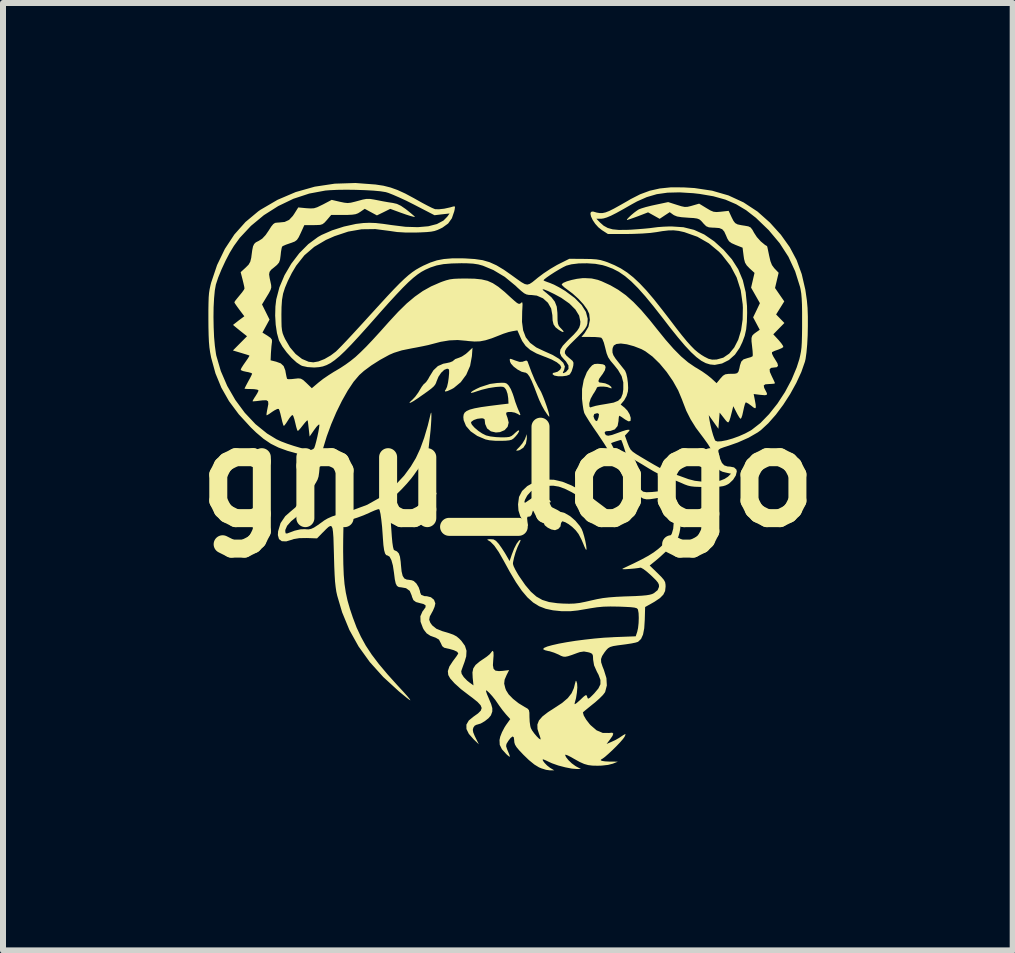
<source format=kicad_pcb>
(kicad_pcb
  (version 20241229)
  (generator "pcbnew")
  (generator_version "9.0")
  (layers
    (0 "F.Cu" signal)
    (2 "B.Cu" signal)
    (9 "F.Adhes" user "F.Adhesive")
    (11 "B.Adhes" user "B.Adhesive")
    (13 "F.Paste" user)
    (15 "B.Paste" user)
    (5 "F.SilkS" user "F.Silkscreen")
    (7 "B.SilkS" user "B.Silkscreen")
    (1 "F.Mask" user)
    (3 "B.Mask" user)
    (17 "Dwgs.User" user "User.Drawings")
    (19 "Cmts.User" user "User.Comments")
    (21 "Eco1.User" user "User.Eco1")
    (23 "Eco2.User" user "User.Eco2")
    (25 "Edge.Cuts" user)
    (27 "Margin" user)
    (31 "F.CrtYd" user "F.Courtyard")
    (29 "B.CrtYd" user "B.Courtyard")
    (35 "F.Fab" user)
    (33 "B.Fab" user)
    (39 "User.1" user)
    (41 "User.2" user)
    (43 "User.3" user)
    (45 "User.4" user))
  (footprint "gnu_logo"
    (layer "F.Cu")
    (at 5.414 4.896)
    (property "Reference" "gnu_logo" (at 0 0 0) (layer "F.SilkS") (effects (font (size 1.524 1.524) (thickness 0.3))))
    (attr board_only exclude_from_pos_files exclude_from_bom)
    (fp_poly (pts (xy -0.526 0.788) (xy -0.413 0.794) (xy -0.503 0.824) (xy -0.567 0.854) (xy -0.616 0.892) (xy -0.626 0.904) (xy -0.662 0.945) (xy -0.687 0.947) (xy -0.699 0.909) (xy -0.7 0.892) (xy -0.689 0.835) (xy -0.654 0.801) (xy -0.589 0.787)) (stroke (width 0) (type solid)) (fill yes) (layer "F.SilkS"))
    (fp_poly (pts (xy 0.316 -0.633) (xy 0.301 -0.551) (xy 0.258 -0.484) (xy 0.195 -0.444) (xy 0.179 -0.439) (xy 0.147 -0.434) (xy 0.14 -0.441) (xy 0.161 -0.465) (xy 0.193 -0.497) (xy 0.243 -0.557) (xy 0.282 -0.622) (xy 0.289 -0.638) (xy 0.315 -0.71)) (stroke (width 0) (type solid)) (fill yes) (layer "F.SilkS"))
    (fp_poly (pts (xy 0.934 0.599) (xy 0.949 0.605) (xy 1.037 0.656) (xy 1.125 0.732) (xy 1.199 0.82) (xy 1.23 0.87) (xy 1.25 0.92) (xy 1.271 0.99) (xy 1.29 1.066) (xy 1.304 1.138) (xy 1.311 1.194) (xy 1.308 1.221) (xy 1.297 1.208) (xy 1.277 1.166) (xy 1.262 1.129) (xy 1.228 1.049) (xy 1.187 0.97) (xy 1.174 0.948) (xy 1.128 0.889) (xy 1.072 0.835) (xy 1.013 0.79) (xy 0.958 0.758) (xy 0.913 0.743) (xy 0.886 0.749) (xy 0.883 0.78) (xy 0.884 0.781) (xy 0.877 0.828) (xy 0.841 0.869) (xy 0.791 0.889) (xy 0.782 0.89) (xy 0.724 0.878) (xy 0.664 0.848) (xy 0.618 0.811) (xy 0.607 0.793) (xy 0.594 0.715) (xy 0.617 0.651) (xy 0.668 0.604) (xy 0.742 0.577) (xy 0.832 0.574)) (stroke (width 0) (type solid)) (fill yes) (layer "F.SilkS"))
    (fp_poly (pts (xy 0.062 -1.961) (xy 0.117 -1.94) (xy 0.128 -1.936) (xy 0.193 -1.915) (xy 0.241 -1.916) (xy 0.267 -1.925) (xy 0.307 -1.938) (xy 0.327 -1.925) (xy 0.332 -1.912) (xy 0.393 -1.747) (xy 0.451 -1.608) (xy 0.504 -1.502) (xy 0.53 -1.458) (xy 0.556 -1.41) (xy 0.586 -1.34) (xy 0.618 -1.258) (xy 0.648 -1.173) (xy 0.673 -1.096) (xy 0.688 -1.036) (xy 0.691 -1.003) (xy 0.69 -1) (xy 0.676 -1.013) (xy 0.647 -1.053) (xy 0.614 -1.102) (xy 0.569 -1.182) (xy 0.523 -1.279) (xy 0.494 -1.352) (xy 0.44 -1.494) (xy 0.396 -1.6) (xy 0.359 -1.673) (xy 0.326 -1.717) (xy 0.296 -1.736) (xy 0.284 -1.737) (xy 0.228 -1.751) (xy 0.162 -1.787) (xy 0.099 -1.834) (xy 0.053 -1.884) (xy 0.037 -1.917) (xy 0.031 -1.952) (xy 0.036 -1.966)) (stroke (width 0) (type solid)) (fill yes) (layer "F.SilkS"))
    (fp_poly (pts (xy -0.599 -2.011) (xy -0.629 -1.848) (xy -0.693 -1.701) (xy -0.785 -1.576) (xy -0.901 -1.48) (xy -0.937 -1.46) (xy -1.005 -1.429) (xy -1.043 -1.42) (xy -1.05 -1.433) (xy -1.034 -1.456) (xy -1.014 -1.498) (xy -0.997 -1.57) (xy -0.986 -1.647) (xy -0.979 -1.726) (xy -0.979 -1.772) (xy -0.986 -1.794) (xy -1.004 -1.8) (xy -1.014 -1.801) (xy -1.06 -1.782) (xy -1.111 -1.734) (xy -1.156 -1.668) (xy -1.187 -1.593) (xy -1.187 -1.593) (xy -1.198 -1.561) (xy -1.213 -1.533) (xy -1.238 -1.503) (xy -1.278 -1.468) (xy -1.339 -1.422) (xy -1.427 -1.36) (xy -1.501 -1.308) (xy -1.569 -1.263) (xy -1.616 -1.237) (xy -1.639 -1.23) (xy -1.634 -1.244) (xy -1.597 -1.28) (xy -1.592 -1.283) (xy -1.544 -1.334) (xy -1.493 -1.404) (xy -1.471 -1.441) (xy -1.435 -1.5) (xy -1.403 -1.542) (xy -1.387 -1.555) (xy -1.362 -1.579) (xy -1.328 -1.628) (xy -1.307 -1.667) (xy -1.24 -1.775) (xy -1.166 -1.845) (xy -1.077 -1.884) (xy -1.029 -1.893) (xy -0.965 -1.907) (xy -0.919 -1.926) (xy -0.907 -1.937) (xy -0.876 -1.962) (xy -0.824 -1.981) (xy -0.821 -1.981) (xy -0.766 -2.004) (xy -0.701 -2.047) (xy -0.671 -2.073) (xy -0.589 -2.15)) (stroke (width 0) (type solid)) (fill yes) (layer "F.SilkS"))
    (fp_poly (pts (xy 0.769 0.05) (xy 0.91 0.083) (xy 1.064 0.146) (xy 1.233 0.239) (xy 1.421 0.366) (xy 1.611 0.509) (xy 1.692 0.57) (xy 1.768 0.623) (xy 1.828 0.66) (xy 1.855 0.673) (xy 1.919 0.696) (xy 1.841 0.697) (xy 1.787 0.691) (xy 1.728 0.668) (xy 1.651 0.622) (xy 1.618 0.6) (xy 1.545 0.552) (xy 1.448 0.489) (xy 1.337 0.42) (xy 1.225 0.351) (xy 1.202 0.337) (xy 1.062 0.256) (xy 0.948 0.199) (xy 0.849 0.164) (xy 0.758 0.149) (xy 0.667 0.151) (xy 0.575 0.166) (xy 0.466 0.197) (xy 0.388 0.241) (xy 0.329 0.305) (xy 0.317 0.324) (xy 0.285 0.385) (xy 0.275 0.423) (xy 0.287 0.433) (xy 0.321 0.411) (xy 0.323 0.409) (xy 0.416 0.346) (xy 0.511 0.318) (xy 0.602 0.328) (xy 0.665 0.362) (xy 0.709 0.402) (xy 0.716 0.424) (xy 0.684 0.427) (xy 0.636 0.416) (xy 0.551 0.41) (xy 0.483 0.443) (xy 0.435 0.512) (xy 0.415 0.573) (xy 0.395 0.634) (xy 0.372 0.661) (xy 0.353 0.664) (xy 0.328 0.667) (xy 0.321 0.69) (xy 0.326 0.743) (xy 0.333 0.795) (xy 0.332 0.824) (xy 0.33 0.826) (xy 0.312 0.811) (xy 0.28 0.773) (xy 0.268 0.757) (xy 0.208 0.661) (xy 0.177 0.563) (xy 0.17 0.459) (xy 0.186 0.336) (xy 0.237 0.237) (xy 0.323 0.156) (xy 0.384 0.121) (xy 0.509 0.07) (xy 0.636 0.046)) (stroke (width 0) (type solid)) (fill yes) (layer "F.SilkS"))
    (fp_poly (pts (xy -0.05 -1.565) (xy -0.019 -1.553) (xy 0.007 -1.528) (xy 0.018 -1.514) (xy 0.05 -1.46) (xy 0.081 -1.384) (xy 0.097 -1.337) (xy 0.123 -1.251) (xy 0.155 -1.164) (xy 0.17 -1.127) (xy 0.199 -1.063) (xy 0.209 -1.031) (xy 0.199 -1.026) (xy 0.17 -1.044) (xy 0.165 -1.047) (xy 0.116 -1.069) (xy 0.055 -1.08) (xy 0.000391 -1.079) (xy -0.027 -1.068) (xy -0.027 -1.042) (xy -0.011 -0.996) (xy -0.006 -0.984) (xy 0.014 -0.903) (xy -0.004 -0.832) (xy -0.054 -0.777) (xy -0.132 -0.744) (xy -0.2 -0.738) (xy -0.283 -0.757) (xy -0.346 -0.806) (xy -0.378 -0.879) (xy -0.382 -0.912) (xy -0.387 -0.957) (xy -0.413 -0.973) (xy -0.444 -0.974) (xy -0.509 -0.966) (xy -0.567 -0.946) (xy -0.606 -0.919) (xy -0.615 -0.901) (xy -0.598 -0.866) (xy -0.555 -0.818) (xy -0.495 -0.767) (xy -0.429 -0.722) (xy -0.367 -0.691) (xy -0.363 -0.689) (xy -0.291 -0.672) (xy -0.198 -0.661) (xy -0.112 -0.657) (xy -0.029 -0.658) (xy 0.024 -0.664) (xy 0.062 -0.68) (xy 0.098 -0.708) (xy 0.119 -0.729) (xy 0.164 -0.767) (xy 0.187 -0.775) (xy 0.187 -0.755) (xy 0.162 -0.713) (xy 0.129 -0.673) (xy 0.096 -0.639) (xy 0.065 -0.618) (xy 0.024 -0.607) (xy -0.038 -0.601) (xy -0.11 -0.599) (xy -0.213 -0.6) (xy -0.306 -0.608) (xy -0.371 -0.622) (xy -0.51 -0.681) (xy -0.62 -0.757) (xy -0.697 -0.846) (xy -0.737 -0.944) (xy -0.742 -0.995) (xy -0.737 -1.035) (xy -0.721 -1.068) (xy -0.687 -1.096) (xy -0.633 -1.12) (xy -0.554 -1.141) (xy -0.445 -1.161) (xy -0.302 -1.181) (xy -0.127 -1.203) (xy 0.011 -1.219) (xy 0.006 -1.311) (xy -0.005 -1.382) (xy -0.026 -1.444) (xy -0.033 -1.456) (xy -0.053 -1.483) (xy -0.077 -1.498) (xy -0.116 -1.502) (xy -0.18 -1.498) (xy -0.218 -1.494) (xy -0.321 -1.478) (xy -0.432 -1.451) (xy -0.505 -1.428) (xy -0.577 -1.404) (xy -0.613 -1.398) (xy -0.615 -1.408) (xy -0.586 -1.431) (xy -0.525 -1.464) (xy -0.461 -1.494) (xy -0.298 -1.547) (xy -0.179 -1.563) (xy -0.099 -1.567)) (stroke (width 0) (type solid)) (fill yes) (layer "F.SilkS"))
    (fp_poly (pts (xy -2.206 -4.871) (xy -2.074 -4.851) (xy -1.955 -4.821) (xy -1.838 -4.779) (xy -1.711 -4.721) (xy -1.564 -4.642) (xy -1.523 -4.619) (xy -1.425 -4.564) (xy -1.336 -4.517) (xy -1.264 -4.481) (xy -1.218 -4.462) (xy -1.212 -4.46) (xy -1.149 -4.458) (xy -1.06 -4.468) (xy -0.96 -4.49) (xy -0.919 -4.502) (xy -0.891 -4.508) (xy -0.881 -4.497) (xy -0.886 -4.458) (xy -0.893 -4.425) (xy -0.933 -4.308) (xy -0.995 -4.221) (xy -1.089 -4.153) (xy -1.119 -4.138) (xy -1.173 -4.113) (xy -1.223 -4.096) (xy -1.28 -4.085) (xy -1.353 -4.078) (xy -1.454 -4.073) (xy -1.515 -4.071) (xy -1.696 -4.07) (xy -1.846 -4.079) (xy -1.969 -4.097) (xy -2.209 -4.128) (xy -2.437 -4.125) (xy -2.661 -4.086) (xy -2.889 -4.01) (xy -3.032 -3.947) (xy -3.227 -3.832) (xy -3.391 -3.691) (xy -3.527 -3.519) (xy -3.6 -3.397) (xy -3.667 -3.263) (xy -3.714 -3.152) (xy -3.746 -3.052) (xy -3.764 -2.948) (xy -3.772 -2.828) (xy -3.774 -2.703) (xy -3.773 -2.588) (xy -3.771 -2.504) (xy -3.764 -2.442) (xy -3.753 -2.392) (xy -3.734 -2.343) (xy -3.712 -2.295) (xy -3.632 -2.158) (xy -3.537 -2.046) (xy -3.431 -1.964) (xy -3.321 -1.917) (xy -3.243 -1.907) (xy -3.157 -1.922) (xy -3.056 -1.962) (xy -2.952 -2.022) (xy -2.866 -2.087) (xy -2.83 -2.122) (xy -2.769 -2.184) (xy -2.688 -2.269) (xy -2.592 -2.372) (xy -2.484 -2.489) (xy -2.369 -2.615) (xy -2.299 -2.692) (xy -2.142 -2.864) (xy -2.011 -3.007) (xy -1.9 -3.125) (xy -1.806 -3.221) (xy -1.726 -3.298) (xy -1.656 -3.36) (xy -1.592 -3.41) (xy -1.532 -3.451) (xy -1.471 -3.486) (xy -1.41 -3.518) (xy -1.293 -3.57) (xy -1.182 -3.607) (xy -1.066 -3.629) (xy -0.932 -3.64) (xy -0.772 -3.641) (xy -0.71 -3.639) (xy -0.553 -3.629) (xy -0.421 -3.61) (xy -0.304 -3.576) (xy -0.189 -3.524) (xy -0.066 -3.45) (xy 0.054 -3.366) (xy 0.155 -3.293) (xy 0.228 -3.242) (xy 0.282 -3.212) (xy 0.324 -3.203) (xy 0.363 -3.214) (xy 0.408 -3.243) (xy 0.465 -3.289) (xy 0.5 -3.318) (xy 0.597 -3.391) (xy 0.709 -3.465) (xy 0.816 -3.528) (xy 0.847 -3.544) (xy 1.025 -3.633) (xy 1.271 -3.631) (xy 1.388 -3.629) (xy 1.475 -3.623) (xy 1.547 -3.611) (xy 1.615 -3.591) (xy 1.659 -3.576) (xy 1.776 -3.527) (xy 1.884 -3.472) (xy 1.988 -3.405) (xy 2.09 -3.324) (xy 2.196 -3.225) (xy 2.31 -3.104) (xy 2.435 -2.957) (xy 2.575 -2.78) (xy 2.687 -2.635) (xy 2.804 -2.481) (xy 2.901 -2.357) (xy 2.982 -2.259) (xy 3.051 -2.182) (xy 3.111 -2.121) (xy 3.168 -2.073) (xy 3.225 -2.032) (xy 3.274 -2.002) (xy 3.345 -1.966) (xy 3.405 -1.952) (xy 3.479 -1.954) (xy 3.591 -1.985) (xy 3.69 -2.053) (xy 3.773 -2.154) (xy 3.84 -2.285) (xy 3.887 -2.442) (xy 3.913 -2.621) (xy 3.917 -2.818) (xy 3.914 -2.875) (xy 3.881 -3.11) (xy 3.813 -3.323) (xy 3.71 -3.517) (xy 3.567 -3.7) (xy 3.518 -3.751) (xy 3.351 -3.89) (xy 3.159 -4) (xy 2.947 -4.075) (xy 2.937 -4.078) (xy 2.847 -4.098) (xy 2.765 -4.107) (xy 2.68 -4.106) (xy 2.576 -4.094) (xy 2.481 -4.078) (xy 2.376 -4.064) (xy 2.243 -4.054) (xy 2.094 -4.048) (xy 1.984 -4.046) (xy 1.668 -4.046) (xy 1.567 -4.111) (xy 1.508 -4.158) (xy 1.456 -4.216) (xy 1.415 -4.277) (xy 1.387 -4.336) (xy 1.376 -4.384) (xy 1.385 -4.414) (xy 1.416 -4.421) (xy 1.426 -4.419) (xy 1.482 -4.403) (xy 1.53 -4.395) (xy 1.577 -4.395) (xy 1.628 -4.406) (xy 1.69 -4.43) (xy 1.768 -4.469) (xy 1.869 -4.525) (xy 1.999 -4.599) (xy 2.046 -4.627) (xy 2.205 -4.708) (xy 2.364 -4.767) (xy 2.532 -4.805) (xy 2.718 -4.824) (xy 2.928 -4.823) (xy 3.11 -4.812) (xy 3.404 -4.768) (xy 3.677 -4.689) (xy 3.928 -4.573) (xy 4.161 -4.42) (xy 4.367 -4.237) (xy 4.551 -4.033) (xy 4.698 -3.827) (xy 4.813 -3.611) (xy 4.898 -3.377) (xy 4.958 -3.118) (xy 4.984 -2.938) (xy 4.995 -2.814) (xy 5 -2.67) (xy 5 -2.513) (xy 4.997 -2.355) (xy 4.989 -2.204) (xy 4.977 -2.071) (xy 4.962 -1.964) (xy 4.951 -1.917) (xy 4.891 -1.745) (xy 4.807 -1.563) (xy 4.705 -1.378) (xy 4.59 -1.2) (xy 4.467 -1.035) (xy 4.341 -0.892) (xy 4.218 -0.778) (xy 4.166 -0.74) (xy 4.014 -0.652) (xy 3.834 -0.572) (xy 3.684 -0.519) (xy 3.597 -0.491) (xy 3.543 -0.471) (xy 3.516 -0.453) (xy 3.507 -0.434) (xy 3.511 -0.407) (xy 3.511 -0.405) (xy 3.538 -0.3) (xy 3.568 -0.231) (xy 3.607 -0.19) (xy 3.66 -0.172) (xy 3.705 -0.169) (xy 3.77 -0.156) (xy 3.809 -0.12) (xy 3.816 -0.089) (xy 3.799 -0.021) (xy 3.754 0.05) (xy 3.692 0.109) (xy 3.67 0.124) (xy 3.631 0.143) (xy 3.589 0.156) (xy 3.535 0.164) (xy 3.461 0.168) (xy 3.356 0.169) (xy 3.313 0.169) (xy 3.198 0.169) (xy 3.114 0.166) (xy 3.052 0.159) (xy 3 0.147) (xy 2.947 0.128) (xy 2.9 0.107) (xy 2.813 0.07) (xy 2.724 0.038) (xy 2.663 0.019) (xy 2.607 -0.001) (xy 2.526 -0.04) (xy 2.43 -0.091) (xy 2.332 -0.149) (xy 2.329 -0.151) (xy 2.241 -0.205) (xy 2.167 -0.249) (xy 2.113 -0.279) (xy 2.087 -0.291) (xy 2.086 -0.291) (xy 2.087 -0.268) (xy 2.098 -0.218) (xy 2.11 -0.168) (xy 2.128 -0.093) (xy 2.139 -0.024) (xy 2.141 0.005) (xy 2.152 0.079) (xy 2.18 0.154) (xy 2.217 0.216) (xy 2.254 0.248) (xy 2.31 0.258) (xy 2.402 0.254) (xy 2.462 0.248) (xy 2.547 0.238) (xy 2.603 0.236) (xy 2.644 0.244) (xy 2.684 0.264) (xy 2.701 0.274) (xy 2.764 0.323) (xy 2.808 0.384) (xy 2.84 0.469) (xy 2.86 0.56) (xy 2.878 0.68) (xy 2.882 0.779) (xy 2.871 0.879) (xy 2.86 0.935) (xy 2.843 0.994) (xy 2.819 1.045) (xy 2.778 1.099) (xy 2.715 1.166) (xy 2.695 1.186) (xy 2.62 1.259) (xy 2.542 1.331) (xy 2.475 1.389) (xy 2.459 1.402) (xy 2.364 1.479) (xy 2.497 1.608) (xy 2.561 1.672) (xy 2.6 1.718) (xy 2.621 1.756) (xy 2.628 1.797) (xy 2.629 1.831) (xy 2.621 1.904) (xy 2.591 1.965) (xy 2.535 2.022) (xy 2.446 2.082) (xy 2.411 2.102) (xy 2.288 2.171) (xy 2.282 2.383) (xy 2.273 2.525) (xy 2.253 2.63) (xy 2.22 2.703) (xy 2.173 2.748) (xy 2.166 2.752) (xy 2.128 2.764) (xy 2.06 2.778) (xy 1.974 2.791) (xy 1.938 2.796) (xy 1.83 2.81) (xy 1.756 2.822) (xy 1.705 2.837) (xy 1.67 2.858) (xy 1.64 2.889) (xy 1.61 2.928) (xy 1.571 2.988) (xy 1.553 3.038) (xy 1.555 3.092) (xy 1.578 3.163) (xy 1.601 3.22) (xy 1.643 3.356) (xy 1.65 3.478) (xy 1.623 3.582) (xy 1.617 3.595) (xy 1.584 3.638) (xy 1.526 3.696) (xy 1.454 3.76) (xy 1.415 3.791) (xy 1.346 3.847) (xy 1.291 3.892) (xy 1.257 3.921) (xy 1.251 3.929) (xy 1.265 3.979) (xy 1.304 4.046) (xy 1.361 4.12) (xy 1.379 4.14) (xy 1.479 4.226) (xy 1.581 4.269) (xy 1.687 4.27) (xy 1.687 4.27) (xy 1.738 4.265) (xy 1.757 4.28) (xy 1.745 4.317) (xy 1.703 4.378) (xy 1.646 4.453) (xy 1.725 4.419) (xy 1.794 4.387) (xy 1.856 4.351) (xy 1.862 4.347) (xy 1.923 4.306) (xy 1.954 4.289) (xy 1.962 4.295) (xy 1.949 4.325) (xy 1.943 4.337) (xy 1.916 4.374) (xy 1.869 4.428) (xy 1.808 4.492) (xy 1.741 4.558) (xy 1.675 4.619) (xy 1.619 4.668) (xy 1.579 4.698) (xy 1.567 4.703) (xy 1.548 4.719) (xy 1.548 4.724) (xy 1.567 4.735) (xy 1.619 4.743) (xy 1.691 4.747) (xy 1.834 4.748) (xy 1.749 4.782) (xy 1.67 4.802) (xy 1.564 4.814) (xy 1.495 4.816) (xy 1.408 4.814) (xy 1.338 4.805) (xy 1.271 4.786) (xy 1.197 4.753) (xy 1.105 4.702) (xy 1.055 4.673) (xy 1 4.645) (xy 0.964 4.632) (xy 0.954 4.636) (xy 0.97 4.673) (xy 1.01 4.723) (xy 1.065 4.776) (xy 1.124 4.819) (xy 1.142 4.83) (xy 1.219 4.871) (xy 1.156 4.871) (xy 1.066 4.864) (xy 0.955 4.842) (xy 0.84 4.812) (xy 0.738 4.776) (xy 0.691 4.755) (xy 0.633 4.727) (xy 0.593 4.711) (xy 0.581 4.709) (xy 0.584 4.731) (xy 0.612 4.769) (xy 0.654 4.812) (xy 0.701 4.849) (xy 0.707 4.853) (xy 0.774 4.893) (xy 0.7 4.893) (xy 0.637 4.884) (xy 0.56 4.86) (xy 0.519 4.843) (xy 0.442 4.796) (xy 0.35 4.721) (xy 0.26 4.634) (xy 0.189 4.559) (xy 0.144 4.505) (xy 0.119 4.463) (xy 0.108 4.426) (xy 0.106 4.396) (xy 0.099 4.342) (xy 0.079 4.328) (xy 0.045 4.354) (xy 0.006 4.405) (xy -0.023 4.453) (xy -0.029 4.49) (xy -0.014 4.537) (xy -0.008 4.552) (xy 0.022 4.624) (xy 0.034 4.66) (xy 0.026 4.666) (xy -0.002 4.644) (xy -0.027 4.621) (xy -0.099 4.541) (xy -0.135 4.468) (xy -0.139 4.388) (xy -0.127 4.332) (xy -0.098 4.258) (xy -0.055 4.176) (xy -0.03 4.137) (xy 0.04 4.039) (xy -0.032 3.959) (xy -0.09 3.888) (xy -0.147 3.81) (xy -0.162 3.788) (xy -0.208 3.721) (xy -0.26 3.656) (xy -0.309 3.602) (xy -0.347 3.567) (xy -0.363 3.559) (xy -0.363 3.576) (xy -0.348 3.623) (xy -0.32 3.688) (xy -0.317 3.696) (xy -0.278 3.789) (xy -0.259 3.857) (xy -0.259 3.912) (xy -0.278 3.965) (xy -0.284 3.979) (xy -0.323 4.025) (xy -0.384 4.073) (xy -0.451 4.112) (xy -0.509 4.13) (xy -0.517 4.131) (xy -0.552 4.148) (xy -0.575 4.181) (xy -0.584 4.217) (xy -0.577 4.26) (xy -0.551 4.323) (xy -0.54 4.345) (xy -0.483 4.459) (xy -0.569 4.377) (xy -0.65 4.285) (xy -0.69 4.204) (xy -0.691 4.131) (xy -0.651 4.062) (xy -0.574 3.999) (xy -0.497 3.944) (xy -0.451 3.898) (xy -0.436 3.854) (xy -0.454 3.808) (xy -0.505 3.753) (xy -0.591 3.684) (xy -0.641 3.647) (xy -0.782 3.539) (xy -0.889 3.442) (xy -0.962 3.36) (xy -0.993 3.304) (xy -1 3.239) (xy -0.975 3.163) (xy -0.915 3.071) (xy -0.893 3.042) (xy -0.855 2.991) (xy -0.831 2.953) (xy -0.827 2.942) (xy -0.846 2.916) (xy -0.899 2.891) (xy -0.974 2.869) (xy -1.003 2.863) (xy -1.062 2.849) (xy -1.094 2.823) (xy -1.116 2.775) (xy -1.116 2.775) (xy -1.148 2.714) (xy -1.201 2.683) (xy -1.292 2.65) (xy -1.354 2.609) (xy -1.399 2.551) (xy -1.415 2.522) (xy -1.455 2.416) (xy -1.458 2.325) (xy -1.423 2.245) (xy -1.408 2.226) (xy -1.372 2.175) (xy -1.371 2.142) (xy -1.408 2.12) (xy -1.457 2.108) (xy -1.531 2.088) (xy -1.574 2.056) (xy -1.597 2.002) (xy -1.603 1.978) (xy -1.635 1.902) (xy -1.697 1.857) (xy -1.776 1.843) (xy -1.818 1.838) (xy -1.848 1.819) (xy -1.869 1.778) (xy -1.884 1.709) (xy -1.897 1.606) (xy -1.898 1.598) (xy -1.916 1.479) (xy -1.941 1.389) (xy -1.971 1.332) (xy -2.003 1.313) (xy -2.028 1.305) (xy -2.047 1.277) (xy -2.062 1.223) (xy -2.074 1.139) (xy -2.083 1.019) (xy -2.086 0.974) (xy -2.096 0.834) (xy -2.109 0.714) (xy -2.122 0.621) (xy -2.136 0.56) (xy -2.146 0.539) (xy -2.169 0.543) (xy -2.22 0.561) (xy -2.289 0.591) (xy -2.313 0.603) (xy -2.408 0.644) (xy -2.508 0.681) (xy -2.592 0.708) (xy -2.595 0.709) (xy -2.663 0.728) (xy -2.714 0.744) (xy -2.733 0.753) (xy -2.737 0.777) (xy -2.74 0.838) (xy -2.742 0.928) (xy -2.744 1.042) (xy -2.745 1.174) (xy -2.745 1.246) (xy -2.742 1.457) (xy -2.735 1.635) (xy -2.722 1.789) (xy -2.701 1.928) (xy -2.672 2.063) (xy -2.632 2.202) (xy -2.584 2.345) (xy -2.521 2.512) (xy -2.449 2.666) (xy -2.367 2.815) (xy -2.268 2.965) (xy -2.149 3.122) (xy -2.005 3.293) (xy -1.843 3.473) (xy -1.744 3.58) (xy -1.675 3.657) (xy -1.635 3.706) (xy -1.624 3.726) (xy -1.64 3.718) (xy -1.685 3.684) (xy -1.757 3.625) (xy -1.813 3.579) (xy -2.077 3.337) (xy -2.301 3.088) (xy -2.488 2.828) (xy -2.641 2.553) (xy -2.762 2.259) (xy -2.844 1.981) (xy -2.859 1.913) (xy -2.87 1.837) (xy -2.88 1.747) (xy -2.887 1.635) (xy -2.893 1.495) (xy -2.898 1.32) (xy -2.898 1.311) (xy -2.903 1.142) (xy -2.907 1.013) (xy -2.914 0.919) (xy -2.923 0.858) (xy -2.938 0.826) (xy -2.96 0.82) (xy -2.99 0.837) (xy -3.029 0.873) (xy -3.08 0.925) (xy -3.085 0.929) (xy -3.18 1.027) (xy -3.349 1.021) (xy -3.475 1.023) (xy -3.567 1.038) (xy -3.595 1.048) (xy -3.694 1.077) (xy -3.767 1.074) (xy -3.814 1.039) (xy -3.833 0.973) (xy -3.829 0.906) (xy -3.828 0.905) (xy -3.71 0.905) (xy -3.704 0.942) (xy -3.681 0.946) (xy -3.673 0.943) (xy -3.552 0.898) (xy -3.457 0.876) (xy -3.379 0.873) (xy -3.369 0.875) (xy -3.324 0.877) (xy -3.28 0.869) (xy -3.231 0.847) (xy -3.167 0.805) (xy -3.079 0.742) (xy -3.064 0.73) (xy -3.004 0.695) (xy -2.928 0.661) (xy -2.894 0.65) (xy -2.824 0.629) (xy -2.73 0.601) (xy -2.629 0.571) (xy -2.597 0.561) (xy -2.344 0.467) (xy -2.118 0.34) (xy -1.914 0.18) (xy -1.73 -0.018) (xy -1.717 -0.035) (xy -1.618 -0.17) (xy -1.533 -0.312) (xy -1.46 -0.469) (xy -1.395 -0.648) (xy -1.334 -0.855) (xy -1.287 -1.049) (xy -1.279 -1.071) (xy -1.275 -1.057) (xy -1.274 -1.014) (xy -1.276 -0.948) (xy -1.281 -0.867) (xy -1.288 -0.775) (xy -1.298 -0.68) (xy -1.306 -0.611) (xy -1.326 -0.427) (xy -1.332 -0.273) (xy -1.323 -0.141) (xy -1.299 -0.019) (xy -1.259 0.101) (xy -1.254 0.113) (xy -1.224 0.19) (xy -1.2 0.251) (xy -1.188 0.286) (xy -1.187 0.29) (xy -1.196 0.292) (xy -1.22 0.264) (xy -1.253 0.213) (xy -1.293 0.147) (xy -1.334 0.073) (xy -1.372 -0.001) (xy -1.403 -0.068) (xy -1.416 -0.103) (xy -1.437 -0.148) (xy -1.455 -0.169) (xy -1.457 -0.169) (xy -1.476 -0.152) (xy -1.51 -0.109) (xy -1.554 -0.047) (xy -1.558 -0.04) (xy -1.612 0.031) (xy -1.685 0.117) (xy -1.766 0.204) (xy -1.81 0.248) (xy -1.977 0.408) (xy -1.963 0.59) (xy -1.955 0.697) (xy -1.946 0.824) (xy -1.937 0.95) (xy -1.934 0.994) (xy -1.925 1.094) (xy -1.914 1.169) (xy -1.902 1.214) (xy -1.895 1.222) (xy -1.848 1.244) (xy -1.817 1.278) (xy -1.798 1.332) (xy -1.786 1.416) (xy -1.782 1.466) (xy -1.771 1.577) (xy -1.753 1.652) (xy -1.725 1.695) (xy -1.684 1.714) (xy -1.66 1.716) (xy -1.601 1.725) (xy -1.568 1.738) (xy -1.524 1.779) (xy -1.486 1.842) (xy -1.464 1.907) (xy -1.463 1.924) (xy -1.445 1.967) (xy -1.39 1.989) (xy -1.349 1.991) (xy -1.282 2.008) (xy -1.231 2.05) (xy -1.209 2.108) (xy -1.209 2.114) (xy -1.221 2.167) (xy -1.249 2.233) (xy -1.262 2.256) (xy -1.301 2.328) (xy -1.311 2.383) (xy -1.292 2.433) (xy -1.26 2.477) (xy -1.191 2.533) (xy -1.09 2.574) (xy -1.085 2.575) (xy -0.981 2.606) (xy -0.908 2.632) (xy -0.854 2.661) (xy -0.81 2.698) (xy -0.775 2.734) (xy -0.715 2.817) (xy -0.689 2.899) (xy -0.694 2.993) (xy -0.721 3.084) (xy -0.747 3.155) (xy -0.768 3.214) (xy -0.777 3.242) (xy -0.77 3.284) (xy -0.735 3.339) (xy -0.679 3.397) (xy -0.635 3.432) (xy -0.573 3.477) (xy -0.586 3.349) (xy -0.59 3.261) (xy -0.576 3.193) (xy -0.538 3.136) (xy -0.47 3.079) (xy -0.413 3.04) (xy -0.35 2.997) (xy -0.303 2.958) (xy -0.283 2.934) (xy -0.261 2.906) (xy -0.25 2.902) (xy -0.24 2.922) (xy -0.238 2.98) (xy -0.243 3.047) (xy -0.249 3.141) (xy -0.238 3.2) (xy -0.207 3.231) (xy -0.149 3.239) (xy -0.085 3.235) (xy 0.021 3.222) (xy -0.021 3.305) (xy -0.054 3.382) (xy -0.061 3.448) (xy -0.043 3.522) (xy -0.03 3.557) (xy 0.013 3.626) (xy 0.086 3.701) (xy 0.178 3.774) (xy 0.281 3.837) (xy 0.292 3.843) (xy 0.33 3.865) (xy 0.351 3.89) (xy 0.359 3.932) (xy 0.36 4.002) (xy 0.36 4.003) (xy 0.364 4.083) (xy 0.374 4.155) (xy 0.383 4.188) (xy 0.405 4.229) (xy 0.441 4.279) (xy 0.482 4.327) (xy 0.519 4.364) (xy 0.543 4.378) (xy 0.546 4.377) (xy 0.543 4.354) (xy 0.528 4.307) (xy 0.521 4.29) (xy 0.494 4.204) (xy 0.492 4.13) (xy 0.518 4.062) (xy 0.576 3.995) (xy 0.669 3.923) (xy 0.773 3.856) (xy 0.904 3.77) (xy 0.999 3.689) (xy 1.062 3.608) (xy 1.1 3.523) (xy 1.103 3.512) (xy 1.118 3.451) (xy 1.13 3.408) (xy 1.132 3.4) (xy 1.14 3.403) (xy 1.152 3.438) (xy 1.154 3.446) (xy 1.158 3.51) (xy 1.151 3.597) (xy 1.136 3.69) (xy 1.114 3.773) (xy 1.112 3.781) (xy 1.116 3.791) (xy 1.146 3.772) (xy 1.198 3.726) (xy 1.203 3.722) (xy 1.258 3.669) (xy 1.291 3.643) (xy 1.309 3.64) (xy 1.319 3.656) (xy 1.322 3.669) (xy 1.331 3.692) (xy 1.345 3.697) (xy 1.37 3.68) (xy 1.414 3.637) (xy 1.442 3.608) (xy 1.509 3.528) (xy 1.543 3.458) (xy 1.543 3.386) (xy 1.512 3.301) (xy 1.484 3.249) (xy 1.437 3.143) (xy 1.421 3.047) (xy 1.421 3.041) (xy 1.418 2.982) (xy 1.405 2.951) (xy 1.37 2.933) (xy 1.337 2.924) (xy 1.268 2.912) (xy 1.201 2.922) (xy 1.162 2.935) (xy 1.067 2.97) (xy 1.002 2.991) (xy 0.956 3) (xy 0.921 2.997) (xy 0.885 2.984) (xy 0.847 2.964) (xy 0.772 2.932) (xy 0.696 2.908) (xy 0.672 2.904) (xy 0.62 2.891) (xy 0.59 2.875) (xy 0.588 2.871) (xy 0.604 2.852) (xy 0.657 2.829) (xy 0.741 2.806) (xy 0.851 2.781) (xy 0.982 2.757) (xy 1.128 2.734) (xy 1.284 2.714) (xy 1.444 2.696) (xy 1.602 2.682) (xy 1.754 2.674) (xy 1.76 2.673) (xy 2.131 2.659) (xy 2.156 2.584) (xy 2.17 2.521) (xy 2.179 2.439) (xy 2.182 2.352) (xy 2.179 2.273) (xy 2.169 2.217) (xy 2.163 2.204) (xy 2.146 2.19) (xy 2.108 2.18) (xy 2.045 2.173) (xy 1.949 2.168) (xy 1.85 2.164) (xy 1.708 2.162) (xy 1.593 2.165) (xy 1.487 2.175) (xy 1.376 2.192) (xy 1.314 2.203) (xy 1.165 2.228) (xy 1.04 2.241) (xy 0.922 2.241) (xy 0.891 2.24) (xy 0.753 2.226) (xy 0.631 2.2) (xy 0.522 2.158) (xy 0.422 2.096) (xy 0.327 2.011) (xy 0.233 1.9) (xy 0.136 1.759) (xy 0.032 1.584) (xy -0.07 1.398) (xy -0.152 1.254) (xy -0.225 1.149) (xy -0.29 1.082) (xy -0.339 1.053) (xy -0.342 1.045) (xy -0.31 1.04) (xy -0.293 1.04) (xy -0.239 1.044) (xy -0.198 1.068) (xy -0.153 1.117) (xy -0.105 1.184) (xy -0.053 1.264) (xy -0.031 1.301) (xy 0.029 1.405) (xy 0.066 1.296) (xy 0.105 1.196) (xy 0.146 1.116) (xy 0.185 1.064) (xy 0.204 1.051) (xy 0.213 1.059) (xy 0.198 1.095) (xy 0.191 1.108) (xy 0.16 1.175) (xy 0.128 1.261) (xy 0.103 1.349) (xy 0.087 1.424) (xy 0.085 1.452) (xy 0.096 1.49) (xy 0.126 1.552) (xy 0.169 1.627) (xy 0.19 1.66) (xy 0.291 1.806) (xy 0.384 1.916) (xy 0.476 1.997) (xy 0.575 2.053) (xy 0.688 2.088) (xy 0.823 2.107) (xy 0.912 2.113) (xy 1.02 2.116) (xy 1.109 2.113) (xy 1.196 2.103) (xy 1.295 2.083) (xy 1.378 2.064) (xy 1.485 2.04) (xy 1.584 2.022) (xy 1.688 2.01) (xy 1.807 2.001) (xy 1.954 1.994) (xy 1.993 1.993) (xy 2.131 1.988) (xy 2.234 1.982) (xy 2.309 1.975) (xy 2.363 1.966) (xy 2.403 1.955) (xy 2.436 1.939) (xy 2.438 1.937) (xy 2.496 1.89) (xy 2.519 1.835) (xy 2.519 1.834) (xy 2.518 1.8) (xy 2.503 1.766) (xy 2.468 1.723) (xy 2.407 1.663) (xy 2.382 1.639) (xy 2.316 1.581) (xy 2.259 1.538) (xy 2.219 1.516) (xy 2.209 1.515) (xy 2.174 1.521) (xy 2.111 1.529) (xy 2.032 1.536) (xy 2.028 1.536) (xy 1.953 1.541) (xy 1.915 1.541) (xy 1.909 1.534) (xy 1.929 1.523) (xy 2.099 1.443) (xy 2.235 1.375) (xy 2.343 1.316) (xy 2.43 1.261) (xy 2.502 1.207) (xy 2.539 1.175) (xy 2.631 1.088) (xy 2.694 1.015) (xy 2.734 0.944) (xy 2.756 0.865) (xy 2.764 0.767) (xy 2.765 0.7) (xy 2.764 0.594) (xy 2.758 0.521) (xy 2.746 0.471) (xy 2.73 0.439) (xy 2.685 0.384) (xy 2.635 0.354) (xy 2.569 0.346) (xy 2.475 0.357) (xy 2.457 0.361) (xy 2.371 0.374) (xy 2.311 0.376) (xy 2.264 0.366) (xy 2.25 0.361) (xy 2.165 0.307) (xy 2.073 0.213) (xy 1.976 0.081) (xy 1.876 -0.086) (xy 1.837 -0.159) (xy 1.77 -0.281) (xy 1.688 -0.421) (xy 1.601 -0.56) (xy 1.721 -0.56) (xy 1.729 -0.541) (xy 1.754 -0.494) (xy 1.792 -0.425) (xy 1.839 -0.344) (xy 1.89 -0.257) (xy 1.941 -0.171) (xy 1.986 -0.096) (xy 2.022 -0.038) (xy 2.045 -0.005) (xy 2.05 0) (xy 2.052 -0.018) (xy 2.048 -0.064) (xy 2.045 -0.079) (xy 2.033 -0.142) (xy 2.012 -0.224) (xy 1.988 -0.315) (xy 1.961 -0.408) (xy 1.934 -0.494) (xy 1.911 -0.562) (xy 1.894 -0.605) (xy 1.887 -0.614) (xy 1.86 -0.608) (xy 1.811 -0.593) (xy 1.76 -0.576) (xy 1.726 -0.563) (xy 1.721 -0.56) (xy 1.601 -0.56) (xy 1.598 -0.564) (xy 1.512 -0.693) (xy 1.495 -0.719) (xy 1.478 -0.743) (xy 1.615 -0.743) (xy 1.615 -0.726) (xy 1.633 -0.694) (xy 1.672 -0.684) (xy 1.737 -0.697) (xy 1.829 -0.73) (xy 1.903 -0.757) (xy 1.967 -0.777) (xy 2.004 -0.784) (xy 2.028 -0.781) (xy 2.024 -0.766) (xy 1.997 -0.735) (xy 1.951 -0.686) (xy 1.996 -0.56) (xy 2.021 -0.498) (xy 2.046 -0.453) (xy 2.082 -0.417) (xy 2.138 -0.378) (xy 2.202 -0.339) (xy 2.335 -0.26) (xy 2.44 -0.199) (xy 2.522 -0.153) (xy 2.59 -0.118) (xy 2.649 -0.091) (xy 2.708 -0.068) (xy 2.746 -0.055) (xy 2.841 -0.022) (xy 2.94 0.014) (xy 3.011 0.04) (xy 3.116 0.067) (xy 3.244 0.082) (xy 3.377 0.084) (xy 3.497 0.073) (xy 3.547 0.062) (xy 3.613 0.035) (xy 3.669 -0.001) (xy 3.674 -0.006) (xy 3.719 -0.051) (xy 3.636 -0.069) (xy 3.576 -0.084) (xy 3.531 -0.107) (xy 3.497 -0.143) (xy 3.469 -0.201) (xy 3.441 -0.287) (xy 3.414 -0.393) (xy 3.388 -0.456) (xy 3.336 -0.542) (xy 3.264 -0.643) (xy 3.245 -0.668) (xy 3.132 -0.819) (xy 3.045 -0.959) (xy 2.974 -1.1) (xy 2.913 -1.258) (xy 2.904 -1.283) (xy 2.839 -1.439) (xy 2.751 -1.596) (xy 2.646 -1.748) (xy 2.53 -1.887) (xy 2.41 -2.004) (xy 2.291 -2.092) (xy 2.227 -2.127) (xy 2.101 -2.176) (xy 1.983 -2.208) (xy 1.883 -2.221) (xy 1.81 -2.213) (xy 1.808 -2.212) (xy 1.766 -2.188) (xy 1.747 -2.146) (xy 1.743 -2.116) (xy 1.744 -2.07) (xy 1.759 -2.025) (xy 1.794 -1.97) (xy 1.837 -1.915) (xy 1.887 -1.852) (xy 1.929 -1.799) (xy 1.953 -1.769) (xy 1.954 -1.767) (xy 1.973 -1.721) (xy 1.99 -1.648) (xy 2.001 -1.563) (xy 2.005 -1.48) (xy 2.001 -1.423) (xy 1.979 -1.347) (xy 1.941 -1.277) (xy 1.934 -1.268) (xy 1.88 -1.204) (xy 1.945 -1.152) (xy 1.993 -1.102) (xy 2.029 -1.042) (xy 2.048 -0.982) (xy 2.046 -0.937) (xy 2.039 -0.928) (xy 2.009 -0.924) (xy 1.957 -0.953) (xy 1.945 -0.961) (xy 1.897 -0.995) (xy 1.864 -1.015) (xy 1.858 -1.017) (xy 1.85 -0.998) (xy 1.845 -0.951) (xy 1.845 -0.932) (xy 1.829 -0.846) (xy 1.783 -0.79) (xy 1.71 -0.764) (xy 1.684 -0.763) (xy 1.633 -0.758) (xy 1.615 -0.743) (xy 1.478 -0.743) (xy 1.425 -0.82) (xy 1.363 -0.913) (xy 1.314 -0.992) (xy 1.304 -1.008) (xy 1.427 -1.008) (xy 1.443 -0.961) (xy 1.469 -0.928) (xy 1.49 -0.934) (xy 1.509 -0.982) (xy 1.514 -1.001) (xy 1.519 -1.043) (xy 1.501 -1.058) (xy 1.486 -1.059) (xy 1.44 -1.046) (xy 1.427 -1.008) (xy 1.304 -1.008) (xy 1.281 -1.048) (xy 1.272 -1.068) (xy 1.259 -1.122) (xy 1.247 -1.201) (xy 1.237 -1.29) (xy 1.236 -1.298) (xy 1.237 -1.463) (xy 1.265 -1.615) (xy 1.317 -1.744) (xy 1.361 -1.809) (xy 1.404 -1.857) (xy 1.443 -1.879) (xy 1.495 -1.883) (xy 1.524 -1.881) (xy 1.585 -1.874) (xy 1.616 -1.859) (xy 1.628 -1.831) (xy 1.629 -1.827) (xy 1.618 -1.776) (xy 1.579 -1.711) (xy 1.57 -1.7) (xy 1.523 -1.635) (xy 1.508 -1.593) (xy 1.527 -1.571) (xy 1.557 -1.568) (xy 1.623 -1.557) (xy 1.684 -1.531) (xy 1.723 -1.498) (xy 1.726 -1.49) (xy 1.728 -1.472) (xy 1.702 -1.48) (xy 1.697 -1.482) (xy 1.655 -1.496) (xy 1.597 -1.503) (xy 1.54 -1.503) (xy 1.498 -1.497) (xy 1.484 -1.486) (xy 1.473 -1.46) (xy 1.445 -1.411) (xy 1.421 -1.375) (xy 1.379 -1.299) (xy 1.358 -1.229) (xy 1.357 -1.213) (xy 1.36 -1.168) (xy 1.375 -1.155) (xy 1.414 -1.168) (xy 1.415 -1.168) (xy 1.463 -1.182) (xy 1.539 -1.197) (xy 1.629 -1.212) (xy 1.652 -1.216) (xy 1.763 -1.236) (xy 1.838 -1.266) (xy 1.886 -1.312) (xy 1.913 -1.381) (xy 1.924 -1.455) (xy 1.924 -1.573) (xy 1.896 -1.678) (xy 1.836 -1.781) (xy 1.773 -1.86) (xy 1.712 -1.932) (xy 1.672 -1.992) (xy 1.646 -2.058) (xy 1.624 -2.145) (xy 1.624 -2.146) (xy 1.6 -2.236) (xy 1.575 -2.296) (xy 1.556 -2.318) (xy 1.519 -2.324) (xy 1.454 -2.329) (xy 1.375 -2.33) (xy 1.226 -2.33) (xy 1.28 -2.395) (xy 1.343 -2.499) (xy 1.367 -2.613) (xy 1.356 -2.715) (xy 1.322 -2.788) (xy 1.26 -2.874) (xy 1.176 -2.966) (xy 1.08 -3.053) (xy 0.996 -3.116) (xy 0.941 -3.157) (xy 0.906 -3.191) (xy 0.897 -3.208) (xy 0.924 -3.232) (xy 0.983 -3.257) (xy 1.062 -3.28) (xy 1.152 -3.299) (xy 1.242 -3.31) (xy 1.283 -3.311) (xy 1.397 -3.305) (xy 1.499 -3.282) (xy 1.564 -3.258) (xy 1.708 -3.192) (xy 1.84 -3.116) (xy 1.967 -3.025) (xy 2.093 -2.913) (xy 2.223 -2.778) (xy 2.365 -2.612) (xy 2.475 -2.474) (xy 2.627 -2.286) (xy 2.763 -2.131) (xy 2.887 -2.006) (xy 3.005 -1.906) (xy 3.119 -1.828) (xy 3.152 -1.809) (xy 3.238 -1.756) (xy 3.323 -1.696) (xy 3.388 -1.644) (xy 3.479 -1.56) (xy 3.543 -1.638) (xy 3.585 -1.684) (xy 3.623 -1.707) (xy 3.675 -1.715) (xy 3.721 -1.716) (xy 3.784 -1.717) (xy 3.822 -1.727) (xy 3.844 -1.754) (xy 3.859 -1.808) (xy 3.869 -1.857) (xy 3.89 -1.919) (xy 3.927 -1.956) (xy 3.994 -1.978) (xy 4.002 -1.98) (xy 4.051 -1.994) (xy 4.079 -2.009) (xy 4.08 -2.01) (xy 4.082 -2.037) (xy 4.079 -2.094) (xy 4.071 -2.168) (xy 4.071 -2.17) (xy 4.061 -2.257) (xy 4.061 -2.313) (xy 4.073 -2.351) (xy 4.1 -2.38) (xy 4.135 -2.406) (xy 4.198 -2.45) (xy 4.088 -2.657) (xy 4.145 -2.775) (xy 4.201 -2.893) (xy 4.054 -3.152) (xy 4.111 -3.398) (xy 4.028 -3.474) (xy 3.981 -3.523) (xy 3.953 -3.569) (xy 3.937 -3.629) (xy 3.929 -3.684) (xy 3.912 -3.818) (xy 3.795 -3.864) (xy 3.728 -3.894) (xy 3.686 -3.925) (xy 3.658 -3.97) (xy 3.637 -4.02) (xy 3.607 -4.086) (xy 3.573 -4.125) (xy 3.524 -4.145) (xy 3.448 -4.151) (xy 3.414 -4.152) (xy 3.35 -4.157) (xy 3.305 -4.176) (xy 3.26 -4.221) (xy 3.253 -4.23) (xy 3.22 -4.267) (xy 3.191 -4.29) (xy 3.153 -4.304) (xy 3.096 -4.312) (xy 3.01 -4.317) (xy 2.999 -4.318) (xy 2.894 -4.326) (xy 2.821 -4.338) (xy 2.772 -4.358) (xy 2.754 -4.369) (xy 2.698 -4.41) (xy 2.614 -4.355) (xy 2.53 -4.299) (xy 2.434 -4.353) (xy 2.337 -4.407) (xy 2.171 -4.343) (xy 2.092 -4.314) (xy 2.028 -4.292) (xy 1.99 -4.28) (xy 1.985 -4.279) (xy 1.986 -4.291) (xy 2.013 -4.32) (xy 2.055 -4.36) (xy 2.105 -4.402) (xy 2.154 -4.438) (xy 2.184 -4.457) (xy 2.227 -4.473) (xy 2.299 -4.495) (xy 2.391 -4.518) (xy 2.455 -4.532) (xy 2.672 -4.578) (xy 2.816 -4.532) (xy 2.894 -4.508) (xy 2.948 -4.497) (xy 2.995 -4.499) (xy 3.05 -4.512) (xy 3.074 -4.519) (xy 3.188 -4.552) (xy 3.309 -4.478) (xy 3.377 -4.438) (xy 3.428 -4.417) (xy 3.478 -4.412) (xy 3.546 -4.417) (xy 3.555 -4.418) (xy 3.68 -4.432) (xy 3.73 -4.324) (xy 3.76 -4.265) (xy 3.789 -4.228) (xy 3.829 -4.206) (xy 3.891 -4.193) (xy 3.949 -4.184) (xy 4.009 -4.173) (xy 4.047 -4.154) (xy 4.077 -4.115) (xy 4.103 -4.067) (xy 4.15 -3.995) (xy 4.216 -3.922) (xy 4.286 -3.864) (xy 4.32 -3.844) (xy 4.326 -3.824) (xy 4.337 -3.772) (xy 4.352 -3.7) (xy 4.354 -3.689) (xy 4.376 -3.594) (xy 4.402 -3.528) (xy 4.44 -3.476) (xy 4.448 -3.468) (xy 4.513 -3.4) (xy 4.453 -3.146) (xy 4.53 -3.034) (xy 4.607 -2.923) (xy 4.471 -2.705) (xy 4.54 -2.634) (xy 4.609 -2.563) (xy 4.517 -2.469) (xy 4.424 -2.374) (xy 4.513 -2.278) (xy 4.558 -2.224) (xy 4.586 -2.182) (xy 4.591 -2.162) (xy 4.565 -2.144) (xy 4.514 -2.122) (xy 4.5 -2.117) (xy 4.444 -2.097) (xy 4.407 -2.079) (xy 4.402 -2.075) (xy 4.403 -2.05) (xy 4.425 -2.003) (xy 4.451 -1.961) (xy 4.493 -1.892) (xy 4.503 -1.849) (xy 4.482 -1.826) (xy 4.446 -1.822) (xy 4.388 -1.815) (xy 4.363 -1.792) (xy 4.367 -1.747) (xy 4.398 -1.677) (xy 4.427 -1.617) (xy 4.447 -1.573) (xy 4.452 -1.558) (xy 4.433 -1.551) (xy 4.385 -1.547) (xy 4.357 -1.546) (xy 4.292 -1.541) (xy 4.265 -1.522) (xy 4.272 -1.482) (xy 4.293 -1.441) (xy 4.318 -1.392) (xy 4.316 -1.366) (xy 4.284 -1.359) (xy 4.215 -1.365) (xy 4.211 -1.365) (xy 4.097 -1.379) (xy 4.115 -1.288) (xy 4.13 -1.204) (xy 4.133 -1.156) (xy 4.122 -1.141) (xy 4.095 -1.154) (xy 4.057 -1.184) (xy 4.008 -1.22) (xy 3.973 -1.238) (xy 3.964 -1.239) (xy 3.952 -1.214) (xy 3.937 -1.16) (xy 3.922 -1.091) (xy 3.907 -1.024) (xy 3.891 -0.979) (xy 3.877 -0.965) (xy 3.877 -0.966) (xy 3.857 -0.99) (xy 3.827 -1.04) (xy 3.808 -1.077) (xy 3.757 -1.176) (xy 3.733 -1.08) (xy 3.709 -0.987) (xy 3.691 -0.931) (xy 3.676 -0.907) (xy 3.657 -0.912) (xy 3.63 -0.941) (xy 3.603 -0.976) (xy 3.53 -1.069) (xy 3.509 -0.8) (xy 3.428 -0.914) (xy 3.348 -1.027) (xy 3.361 -0.943) (xy 3.377 -0.862) (xy 3.398 -0.775) (xy 3.421 -0.694) (xy 3.443 -0.632) (xy 3.458 -0.601) (xy 3.494 -0.588) (xy 3.559 -0.592) (xy 3.646 -0.609) (xy 3.747 -0.638) (xy 3.852 -0.676) (xy 3.954 -0.721) (xy 4.045 -0.77) (xy 4.064 -0.782) (xy 4.21 -0.896) (xy 4.354 -1.044) (xy 4.493 -1.219) (xy 4.619 -1.412) (xy 4.728 -1.616) (xy 4.814 -1.822) (xy 4.858 -1.96) (xy 4.873 -2.024) (xy 4.885 -2.086) (xy 4.894 -2.156) (xy 4.899 -2.24) (xy 4.902 -2.346) (xy 4.904 -2.482) (xy 4.904 -2.574) (xy 4.904 -2.74) (xy 4.902 -2.871) (xy 4.897 -2.973) (xy 4.89 -3.055) (xy 4.879 -3.123) (xy 4.87 -3.164) (xy 4.788 -3.425) (xy 4.676 -3.667) (xy 4.53 -3.893) (xy 4.348 -4.11) (xy 4.135 -4.315) (xy 3.972 -4.442) (xy 3.805 -4.542) (xy 3.626 -4.619) (xy 3.425 -4.675) (xy 3.196 -4.714) (xy 3.09 -4.726) (xy 2.861 -4.74) (xy 2.662 -4.735) (xy 2.483 -4.71) (xy 2.316 -4.661) (xy 2.153 -4.589) (xy 2.067 -4.542) (xy 1.922 -4.459) (xy 1.808 -4.396) (xy 1.719 -4.351) (xy 1.65 -4.322) (xy 1.597 -4.306) (xy 1.555 -4.3) (xy 1.553 -4.3) (xy 1.476 -4.3) (xy 1.537 -4.237) (xy 1.597 -4.184) (xy 1.664 -4.147) (xy 1.745 -4.124) (xy 1.848 -4.114) (xy 1.981 -4.115) (xy 2.052 -4.118) (xy 2.166 -4.126) (xy 2.276 -4.135) (xy 2.368 -4.144) (xy 2.428 -4.152) (xy 2.499 -4.161) (xy 2.595 -4.168) (xy 2.698 -4.172) (xy 2.73 -4.172) (xy 2.926 -4.159) (xy 3.104 -4.115) (xy 3.273 -4.038) (xy 3.438 -3.925) (xy 3.595 -3.783) (xy 3.734 -3.624) (xy 3.84 -3.458) (xy 3.916 -3.276) (xy 3.964 -3.075) (xy 3.986 -2.846) (xy 3.988 -2.733) (xy 3.984 -2.581) (xy 3.972 -2.457) (xy 3.948 -2.35) (xy 3.909 -2.245) (xy 3.863 -2.149) (xy 3.785 -2.035) (xy 3.685 -1.946) (xy 3.57 -1.888) (xy 3.451 -1.865) (xy 3.441 -1.865) (xy 3.37 -1.872) (xy 3.298 -1.894) (xy 3.223 -1.934) (xy 3.143 -1.994) (xy 3.053 -2.077) (xy 2.951 -2.186) (xy 2.834 -2.324) (xy 2.699 -2.492) (xy 2.587 -2.638) (xy 2.43 -2.838) (xy 2.292 -3.006) (xy 2.169 -3.144) (xy 2.057 -3.256) (xy 1.952 -3.345) (xy 1.85 -3.415) (xy 1.748 -3.468) (xy 1.642 -3.508) (xy 1.579 -3.527) (xy 1.457 -3.549) (xy 1.32 -3.558) (xy 1.183 -3.556) (xy 1.06 -3.541) (xy 0.976 -3.519) (xy 0.926 -3.495) (xy 0.859 -3.458) (xy 0.784 -3.413) (xy 0.711 -3.366) (xy 0.649 -3.323) (xy 0.607 -3.29) (xy 0.594 -3.274) (xy 0.612 -3.263) (xy 0.659 -3.245) (xy 0.699 -3.231) (xy 0.769 -3.202) (xy 0.855 -3.157) (xy 0.943 -3.105) (xy 0.959 -3.095) (xy 1.115 -2.979) (xy 1.229 -2.863) (xy 1.301 -2.748) (xy 1.331 -2.633) (xy 1.326 -2.553) (xy 1.313 -2.511) (xy 1.286 -2.466) (xy 1.239 -2.409) (xy 1.167 -2.335) (xy 1.12 -2.289) (xy 1.035 -2.205) (xy 0.979 -2.143) (xy 0.952 -2.097) (xy 0.95 -2.059) (xy 0.973 -2.023) (xy 1.019 -1.982) (xy 1.04 -1.965) (xy 1.079 -1.931) (xy 1.094 -1.9) (xy 1.091 -1.855) (xy 1.083 -1.821) (xy 1.063 -1.758) (xy 1.035 -1.71) (xy 1.025 -1.701) (xy 0.979 -1.684) (xy 0.91 -1.675) (xy 0.837 -1.675) (xy 0.778 -1.686) (xy 0.776 -1.686) (xy 0.745 -1.709) (xy 0.752 -1.73) (xy 0.783 -1.737) (xy 0.829 -1.751) (xy 0.871 -1.784) (xy 0.89 -1.822) (xy 0.89 -1.824) (xy 0.871 -1.863) (xy 0.816 -1.908) (xy 0.731 -1.954) (xy 0.623 -1.998) (xy 0.616 -2) (xy 0.478 -2.055) (xy 0.374 -2.113) (xy 0.297 -2.18) (xy 0.239 -2.262) (xy 0.215 -2.313) (xy 0.159 -2.44) (xy 0.075 -2.426) (xy 0.009 -2.411) (xy -0.074 -2.384) (xy -0.137 -2.359) (xy -0.267 -2.308) (xy -0.372 -2.275) (xy -0.464 -2.257) (xy -0.556 -2.254) (xy -0.659 -2.262) (xy -0.689 -2.266) (xy -0.836 -2.279) (xy -0.975 -2.273) (xy -1.12 -2.249) (xy -1.262 -2.212) (xy -1.327 -2.195) (xy -1.421 -2.175) (xy -1.528 -2.154) (xy -1.604 -2.14) (xy -1.767 -2.107) (xy -1.898 -2.066) (xy -1.975 -2.033) (xy -2.13 -1.948) (xy -2.275 -1.856) (xy -2.399 -1.764) (xy -2.476 -1.695) (xy -2.571 -1.583) (xy -2.669 -1.436) (xy -2.766 -1.264) (xy -2.859 -1.075) (xy -2.944 -0.876) (xy -3.018 -0.675) (xy -3.077 -0.482) (xy -3.118 -0.304) (xy -3.136 -0.169) (xy -3.145 -0.072) (xy -3.155 -0.003) (xy -3.172 0.049) (xy -3.199 0.099) (xy -3.228 0.144) (xy -3.27 0.208) (xy -3.302 0.263) (xy -3.316 0.292) (xy -3.327 0.331) (xy -3.345 0.396) (xy -3.361 0.451) (xy -3.385 0.523) (xy -3.416 0.575) (xy -3.464 0.622) (xy -3.508 0.656) (xy -3.613 0.742) (xy -3.679 0.817) (xy -3.708 0.884) (xy -3.71 0.905) (xy -3.828 0.905) (xy -3.788 0.772) (xy -3.71 0.657) (xy -3.626 0.583) (xy -3.542 0.512) (xy -3.489 0.441) (xy -3.458 0.354) (xy -3.448 0.3) (xy -3.421 0.216) (xy -3.369 0.118) (xy -3.346 0.084) (xy -3.299 0.014) (xy -3.272 -0.04) (xy -3.26 -0.096) (xy -3.256 -0.171) (xy -3.256 -0.182) (xy -3.255 -0.324) (xy -3.492 -0.382) (xy -3.672 -0.432) (xy -3.821 -0.486) (xy -3.95 -0.55) (xy -4.071 -0.632) (xy -4.195 -0.737) (xy -4.285 -0.824) (xy -4.485 -1.042) (xy -4.647 -1.26) (xy -4.775 -1.485) (xy -4.873 -1.723) (xy -4.944 -1.982) (xy -4.946 -1.991) (xy -4.962 -2.074) (xy -4.974 -2.157) (xy -4.982 -2.249) (xy -4.987 -2.359) (xy -4.99 -2.496) (xy -4.991 -2.627) (xy -4.991 -2.661) (xy -4.906 -2.661) (xy -4.903 -2.492) (xy -4.896 -2.329) (xy -4.883 -2.182) (xy -4.866 -2.058) (xy -4.859 -2.019) (xy -4.784 -1.762) (xy -4.677 -1.514) (xy -4.542 -1.28) (xy -4.384 -1.066) (xy -4.206 -0.877) (xy -4.013 -0.721) (xy -3.856 -0.625) (xy -3.778 -0.589) (xy -3.678 -0.551) (xy -3.567 -0.514) (xy -3.458 -0.482) (xy -3.362 -0.458) (xy -3.291 -0.446) (xy -3.282 -0.446) (xy -3.243 -0.462) (xy -3.226 -0.482) (xy -3.212 -0.522) (xy -3.194 -0.588) (xy -3.175 -0.667) (xy -3.158 -0.747) (xy -3.146 -0.815) (xy -3.141 -0.861) (xy -3.142 -0.871) (xy -3.157 -0.866) (xy -3.188 -0.834) (xy -3.227 -0.782) (xy -3.304 -0.671) (xy -3.318 -0.797) (xy -3.326 -0.867) (xy -3.333 -0.92) (xy -3.336 -0.94) (xy -3.35 -0.935) (xy -3.381 -0.902) (xy -3.414 -0.861) (xy -3.456 -0.808) (xy -3.488 -0.773) (xy -3.501 -0.763) (xy -3.512 -0.782) (xy -3.527 -0.831) (xy -3.541 -0.89) (xy -3.558 -0.959) (xy -3.575 -1.01) (xy -3.586 -1.029) (xy -3.606 -1.019) (xy -3.638 -0.981) (xy -3.662 -0.944) (xy -3.697 -0.89) (xy -3.724 -0.855) (xy -3.734 -0.847) (xy -3.744 -0.866) (xy -3.759 -0.916) (xy -3.774 -0.98) (xy -3.791 -1.052) (xy -3.807 -1.107) (xy -3.818 -1.131) (xy -3.843 -1.13) (xy -3.889 -1.107) (xy -3.925 -1.084) (xy -3.976 -1.048) (xy -4.012 -1.027) (xy -4.022 -1.025) (xy -4.022 -1.048) (xy -4.014 -1.099) (xy -4.007 -1.134) (xy -3.992 -1.212) (xy -3.996 -1.257) (xy -4.024 -1.275) (xy -4.083 -1.274) (xy -4.127 -1.269) (xy -4.193 -1.261) (xy -4.24 -1.257) (xy -4.255 -1.258) (xy -4.248 -1.276) (xy -4.223 -1.318) (xy -4.208 -1.34) (xy -4.176 -1.392) (xy -4.157 -1.431) (xy -4.156 -1.439) (xy -4.175 -1.452) (xy -4.227 -1.46) (xy -4.272 -1.462) (xy -4.336 -1.463) (xy -4.378 -1.466) (xy -4.389 -1.469) (xy -4.379 -1.49) (xy -4.355 -1.537) (xy -4.326 -1.591) (xy -4.292 -1.653) (xy -4.269 -1.7) (xy -4.262 -1.72) (xy -4.281 -1.731) (xy -4.328 -1.744) (xy -4.357 -1.749) (xy -4.414 -1.762) (xy -4.448 -1.777) (xy -4.452 -1.784) (xy -4.441 -1.812) (xy -4.41 -1.861) (xy -4.376 -1.91) (xy -4.337 -1.966) (xy -4.312 -2.006) (xy -4.307 -2.02) (xy -4.33 -2.029) (xy -4.382 -2.045) (xy -4.448 -2.065) (xy -4.582 -2.105) (xy -4.347 -2.342) (xy -4.463 -2.434) (xy -4.521 -2.481) (xy -4.562 -2.515) (xy -4.58 -2.531) (xy -4.58 -2.531) (xy -4.564 -2.544) (xy -4.524 -2.575) (xy -4.486 -2.605) (xy -4.392 -2.675) (xy -4.475 -2.785) (xy -4.518 -2.844) (xy -4.548 -2.888) (xy -4.558 -2.908) (xy -4.546 -2.93) (xy -4.512 -2.973) (xy -4.474 -3.019) (xy -4.429 -3.074) (xy -4.398 -3.118) (xy -4.389 -3.139) (xy -4.394 -3.17) (xy -4.407 -3.228) (xy -4.421 -3.285) (xy -4.453 -3.41) (xy -4.371 -3.485) (xy -4.321 -3.535) (xy -4.293 -3.584) (xy -4.277 -3.648) (xy -4.273 -3.681) (xy -4.26 -3.777) (xy -4.247 -3.84) (xy -4.228 -3.88) (xy -4.2 -3.907) (xy -4.157 -3.929) (xy -4.154 -3.93) (xy -4.094 -3.968) (xy -4.037 -4.029) (xy -3.987 -4.102) (xy -3.943 -4.171) (xy -3.91 -4.211) (xy -3.88 -4.231) (xy -3.843 -4.236) (xy -3.819 -4.237) (xy -3.72 -4.247) (xy -3.646 -4.281) (xy -3.584 -4.347) (xy -3.559 -4.384) (xy -3.493 -4.489) (xy -3.359 -4.476) (xy -3.286 -4.472) (xy -3.231 -4.475) (xy -3.177 -4.492) (xy -3.109 -4.525) (xy -3.08 -4.539) (xy -2.936 -4.615) (xy -2.799 -4.583) (xy -2.726 -4.568) (xy -2.671 -4.562) (xy -2.616 -4.568) (xy -2.546 -4.585) (xy -2.501 -4.597) (xy -2.417 -4.62) (xy -2.356 -4.631) (xy -2.299 -4.631) (xy -2.23 -4.62) (xy -2.183 -4.611) (xy -2.087 -4.592) (xy -1.991 -4.575) (xy -1.919 -4.564) (xy -1.849 -4.548) (xy -1.782 -4.516) (xy -1.703 -4.462) (xy -1.68 -4.444) (xy -1.618 -4.394) (xy -1.572 -4.355) (xy -1.549 -4.334) (xy -1.548 -4.332) (xy -1.566 -4.332) (xy -1.618 -4.345) (xy -1.697 -4.37) (xy -1.796 -4.405) (xy -1.823 -4.415) (xy -1.96 -4.465) (xy -2.071 -4.41) (xy -2.182 -4.356) (xy -2.284 -4.411) (xy -2.385 -4.466) (xy -2.459 -4.415) (xy -2.498 -4.391) (xy -2.539 -4.376) (xy -2.593 -4.368) (xy -2.672 -4.364) (xy -2.738 -4.364) (xy -2.944 -4.364) (xy -3.016 -4.279) (xy -3.056 -4.235) (xy -3.089 -4.21) (xy -3.128 -4.198) (xy -3.189 -4.195) (xy -3.24 -4.194) (xy -3.392 -4.194) (xy -3.452 -4.062) (xy -3.486 -3.991) (xy -3.515 -3.948) (xy -3.551 -3.921) (xy -3.605 -3.9) (xy -3.632 -3.891) (xy -3.698 -3.868) (xy -3.746 -3.847) (xy -3.763 -3.835) (xy -3.771 -3.806) (xy -3.781 -3.748) (xy -3.787 -3.691) (xy -3.797 -3.617) (xy -3.814 -3.57) (xy -3.847 -3.531) (xy -3.892 -3.493) (xy -3.944 -3.451) (xy -3.971 -3.415) (xy -3.979 -3.373) (xy -3.97 -3.312) (xy -3.957 -3.252) (xy -3.945 -3.196) (xy -3.943 -3.155) (xy -3.955 -3.114) (xy -3.983 -3.06) (xy -4.014 -3.009) (xy -4.097 -2.872) (xy -3.972 -2.62) (xy -4.09 -2.403) (xy -4.006 -2.351) (xy -3.955 -2.315) (xy -3.932 -2.284) (xy -3.931 -2.245) (xy -3.933 -2.235) (xy -3.94 -2.176) (xy -3.946 -2.098) (xy -3.949 -2.056) (xy -3.954 -1.941) (xy -3.862 -1.918) (xy -3.785 -1.89) (xy -3.737 -1.845) (xy -3.709 -1.773) (xy -3.702 -1.733) (xy -3.691 -1.676) (xy -3.681 -1.637) (xy -3.679 -1.632) (xy -3.655 -1.626) (xy -3.602 -1.628) (xy -3.558 -1.633) (xy -3.493 -1.64) (xy -3.45 -1.635) (xy -3.412 -1.613) (xy -3.362 -1.568) (xy -3.356 -1.562) (xy -3.267 -1.476) (xy -3.155 -1.571) (xy -3.08 -1.63) (xy -2.986 -1.694) (xy -2.893 -1.753) (xy -2.883 -1.758) (xy -2.788 -1.815) (xy -2.703 -1.871) (xy -2.622 -1.93) (xy -2.54 -1.996) (xy -2.455 -2.075) (xy -2.36 -2.169) (xy -2.252 -2.283) (xy -2.125 -2.422) (xy -1.985 -2.579) (xy -1.827 -2.75) (xy -1.684 -2.89) (xy -1.549 -3.003) (xy -1.417 -3.096) (xy -1.279 -3.173) (xy -1.13 -3.238) (xy -1.097 -3.251) (xy -1.029 -3.274) (xy -0.967 -3.29) (xy -0.899 -3.299) (xy -0.813 -3.303) (xy -0.697 -3.304) (xy -0.694 -3.304) (xy -0.552 -3.301) (xy -0.437 -3.289) (xy -0.339 -3.266) (xy -0.25 -3.226) (xy -0.158 -3.166) (xy -0.055 -3.082) (xy 0.041 -2.994) (xy 0.109 -2.933) (xy 0.154 -2.896) (xy 0.183 -2.882) (xy 0.204 -2.884) (xy 0.217 -2.896) (xy 0.234 -2.908) (xy 0.242 -2.902) (xy 0.245 -2.87) (xy 0.242 -2.806) (xy 0.239 -2.757) (xy 0.236 -2.582) (xy 0.255 -2.44) (xy 0.299 -2.324) (xy 0.371 -2.232) (xy 0.473 -2.156) (xy 0.599 -2.096) (xy 0.747 -2.03) (xy 0.855 -1.965) (xy 0.923 -1.9) (xy 0.951 -1.838) (xy 0.937 -1.778) (xy 0.936 -1.776) (xy 0.916 -1.736) (xy 0.927 -1.726) (xy 0.966 -1.746) (xy 0.971 -1.749) (xy 1.011 -1.797) (xy 1.01 -1.855) (xy 0.969 -1.922) (xy 0.943 -1.949) (xy 0.891 -2.009) (xy 0.868 -2.063) (xy 0.875 -2.119) (xy 0.915 -2.183) (xy 0.988 -2.261) (xy 1.015 -2.288) (xy 1.099 -2.37) (xy 1.155 -2.433) (xy 1.189 -2.485) (xy 1.205 -2.535) (xy 1.209 -2.584) (xy 1.188 -2.686) (xy 1.126 -2.787) (xy 1.026 -2.887) (xy 0.889 -2.983) (xy 0.774 -3.045) (xy 0.673 -3.094) (xy 0.608 -3.12) (xy 0.579 -3.126) (xy 0.586 -3.11) (xy 0.63 -3.073) (xy 0.636 -3.069) (xy 0.726 -2.992) (xy 0.783 -2.918) (xy 0.815 -2.835) (xy 0.826 -2.731) (xy 0.827 -2.691) (xy 0.828 -2.606) (xy 0.835 -2.551) (xy 0.849 -2.515) (xy 0.873 -2.485) (xy 0.88 -2.479) (xy 0.922 -2.433) (xy 0.93 -2.412) (xy 0.905 -2.416) (xy 0.85 -2.448) (xy 0.795 -2.491) (xy 0.762 -2.539) (xy 0.746 -2.604) (xy 0.742 -2.693) (xy 0.722 -2.804) (xy 0.668 -2.9) (xy 0.586 -2.974) (xy 0.483 -3.019) (xy 0.397 -3.029) (xy 0.349 -3.031) (xy 0.31 -3.039) (xy 0.272 -3.058) (xy 0.226 -3.094) (xy 0.161 -3.152) (xy 0.128 -3.184) (xy -0.052 -3.332) (xy -0.241 -3.445) (xy -0.416 -3.518) (xy -0.492 -3.539) (xy -0.577 -3.552) (xy -0.684 -3.558) (xy -0.774 -3.559) (xy -0.939 -3.555) (xy -1.073 -3.544) (xy -1.187 -3.522) (xy -1.291 -3.488) (xy -1.374 -3.451) (xy -1.439 -3.416) (xy -1.506 -3.371) (xy -1.578 -3.314) (xy -1.658 -3.242) (xy -1.751 -3.15) (xy -1.86 -3.035) (xy -1.988 -2.896) (xy -2.139 -2.727) (xy -2.171 -2.69) (xy -2.34 -2.499) (xy -2.485 -2.338) (xy -2.608 -2.205) (xy -2.714 -2.096) (xy -2.805 -2.01) (xy -2.885 -1.944) (xy -2.955 -1.895) (xy -3.021 -1.861) (xy -3.083 -1.839) (xy -3.147 -1.827) (xy -3.214 -1.822) (xy -3.241 -1.822) (xy -3.339 -1.828) (xy -3.421 -1.846) (xy -3.447 -1.856) (xy -3.521 -1.905) (xy -3.604 -1.981) (xy -3.686 -2.073) (xy -3.758 -2.171) (xy -3.809 -2.262) (xy -3.817 -2.281) (xy -3.848 -2.394) (xy -3.869 -2.534) (xy -3.878 -2.686) (xy -3.874 -2.837) (xy -3.86 -2.956) (xy -3.807 -3.158) (xy -3.722 -3.359) (xy -3.61 -3.55) (xy -3.476 -3.726) (xy -3.326 -3.877) (xy -3.165 -3.996) (xy -3.105 -4.03) (xy -2.929 -4.107) (xy -2.732 -4.17) (xy -2.532 -4.214) (xy -2.408 -4.229) (xy -2.309 -4.233) (xy -2.202 -4.229) (xy -2.077 -4.215) (xy -1.939 -4.195) (xy -1.705 -4.166) (xy -1.5 -4.16) (xy -1.325 -4.175) (xy -1.182 -4.212) (xy -1.073 -4.27) (xy -1.01 -4.334) (xy -0.971 -4.388) (xy -1.097 -4.374) (xy -1.222 -4.359) (xy -1.57 -4.539) (xy -1.691 -4.6) (xy -1.808 -4.654) (xy -1.911 -4.699) (xy -1.992 -4.731) (xy -2.035 -4.744) (xy -2.122 -4.758) (xy -2.241 -4.769) (xy -2.383 -4.777) (xy -2.536 -4.782) (xy -2.692 -4.784) (xy -2.84 -4.782) (xy -2.969 -4.776) (xy -3.042 -4.77) (xy -3.31 -4.72) (xy -3.574 -4.633) (xy -3.828 -4.511) (xy -4.066 -4.36) (xy -4.281 -4.182) (xy -4.468 -3.982) (xy -4.566 -3.847) (xy -4.635 -3.734) (xy -4.705 -3.6) (xy -4.771 -3.458) (xy -4.827 -3.322) (xy -4.865 -3.207) (xy -4.867 -3.199) (xy -4.884 -3.104) (xy -4.896 -2.976) (xy -4.904 -2.825) (xy -4.906 -2.661) (xy -4.991 -2.661) (xy -4.991 -2.78) (xy -4.989 -2.898) (xy -4.986 -2.99) (xy -4.98 -3.063) (xy -4.97 -3.127) (xy -4.957 -3.187) (xy -4.946 -3.232) (xy -4.846 -3.529) (xy -4.716 -3.798) (xy -4.558 -4.038) (xy -4.373 -4.246) (xy -4.161 -4.423) (xy -4.124 -4.449) (xy -3.838 -4.616) (xy -3.536 -4.745) (xy -3.218 -4.835) (xy -2.885 -4.885) (xy -2.539 -4.896)) (stroke (width 0) (type solid)) (fill yes) (layer "F.SilkS")))
  (gr_rect
    (start -3 -3)
    (end 13.828 12.79)
    (stroke (width 0.1) (type default))
    (fill no)
    (layer "Edge.Cuts")))
</source>
